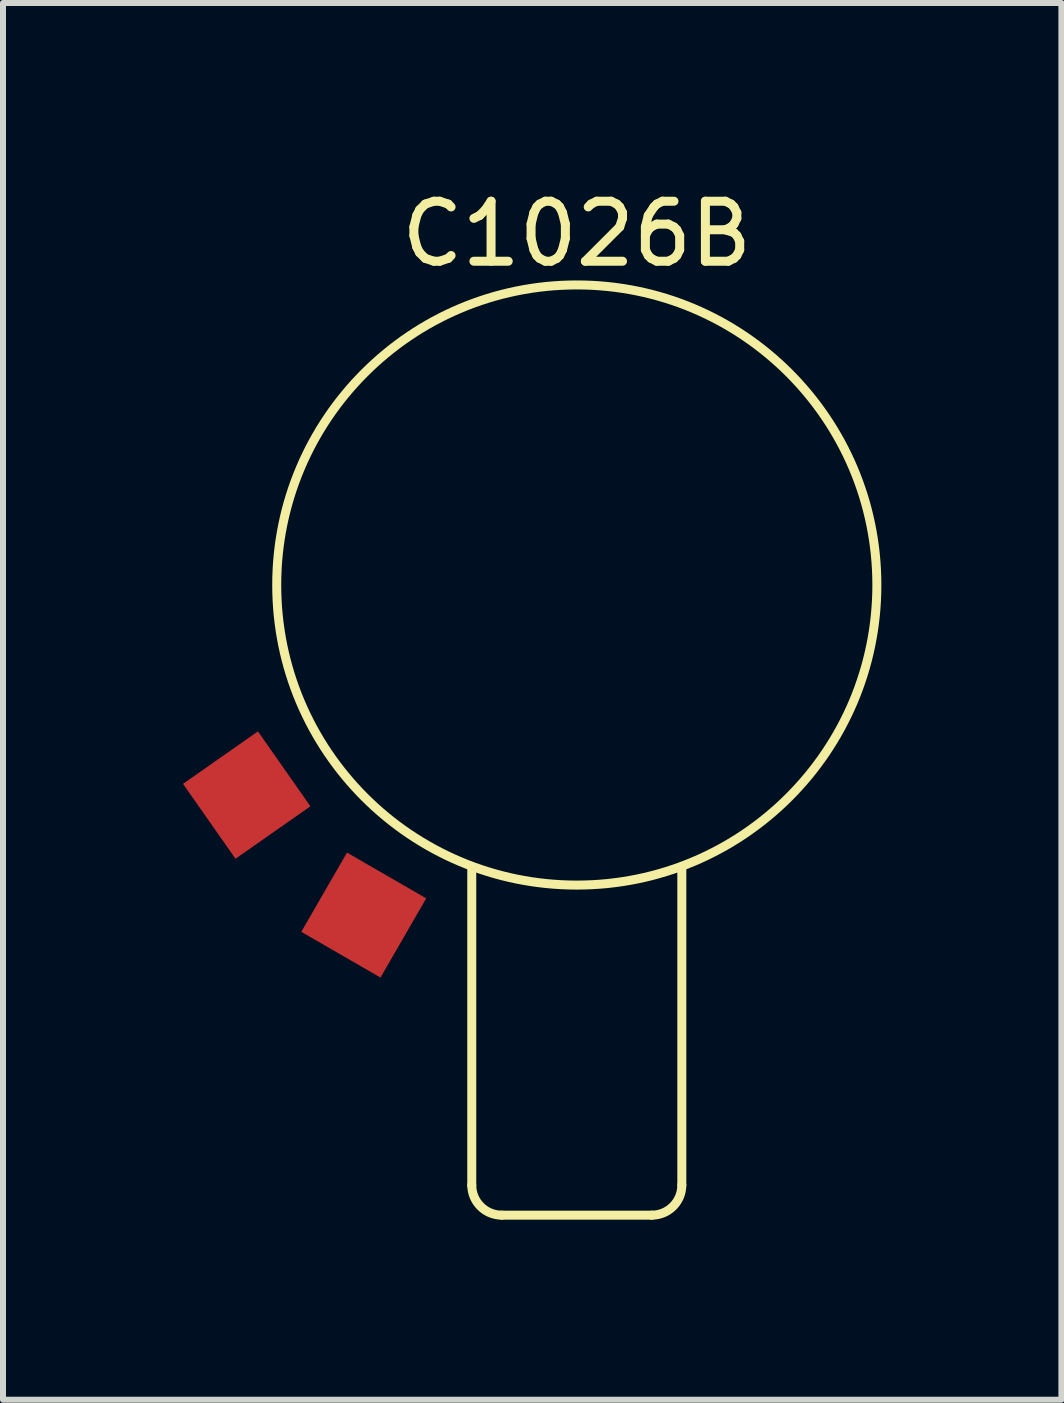
<source format=kicad_pcb>
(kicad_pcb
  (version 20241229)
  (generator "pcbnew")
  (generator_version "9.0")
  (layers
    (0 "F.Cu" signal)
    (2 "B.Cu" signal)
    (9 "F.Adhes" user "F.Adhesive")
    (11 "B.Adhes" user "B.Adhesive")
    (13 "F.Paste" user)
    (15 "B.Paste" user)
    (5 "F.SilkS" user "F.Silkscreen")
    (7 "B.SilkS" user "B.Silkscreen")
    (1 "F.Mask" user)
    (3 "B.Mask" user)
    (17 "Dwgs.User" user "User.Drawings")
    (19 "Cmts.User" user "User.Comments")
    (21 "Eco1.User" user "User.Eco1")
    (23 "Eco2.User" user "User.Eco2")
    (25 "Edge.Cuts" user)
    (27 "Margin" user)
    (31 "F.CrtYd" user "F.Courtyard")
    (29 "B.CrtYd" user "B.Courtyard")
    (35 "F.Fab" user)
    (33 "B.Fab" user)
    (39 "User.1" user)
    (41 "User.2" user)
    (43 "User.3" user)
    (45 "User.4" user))
  (footprint "C1026B"
    (layer "F.Cu")
    (at 6.561 6.698)
    (property "Reference" "C1026B" (at 0 -5.85 0) (layer "F.SilkS") (effects (font (size 1 1) (thickness 0.15))))
    (attr through_hole)
    (fp_line (start -1.75 10) (end -1.75 4.7) (stroke (width 0.15) (type solid)) (layer "F.SilkS"))
    (fp_line (start 1.25 10.5) (end -1.25 10.5) (stroke (width 0.15) (type solid)) (layer "F.SilkS"))
    (fp_line (start 1.75 10) (end 1.75 4.7) (stroke (width 0.15) (type solid)) (layer "F.SilkS"))
    (fp_arc (start -1.25 10.5) (mid -1.603553 10.353553) (end -1.75 10) (stroke (width 0.15) (type solid)) (layer "F.SilkS"))
    (fp_arc (start 1.75 10) (mid 1.603553 10.353553) (end 1.25 10.5) (stroke (width 0.15) (type solid)) (layer "F.SilkS"))
    (fp_circle (center 0 0) (end 5 0) (stroke (width 0.15) (type solid)) (fill no) (layer "F.SilkS"))
    (pad "1" smd rect (at -5.5 3.5 35) (size 1.524 1.524) (layers "F.Cu" "F.Mask" "F.Paste"))
    (pad "2" smd rect (at -3.55 5.5 60) (size 1.524 1.524) (layers "F.Cu" "F.Mask" "F.Paste")))
  (gr_rect
    (start -3 -3)
    (end 14.636 20.273)
    (stroke (width 0.1) (type default))
    (fill no)
    (layer "Edge.Cuts")))
</source>
